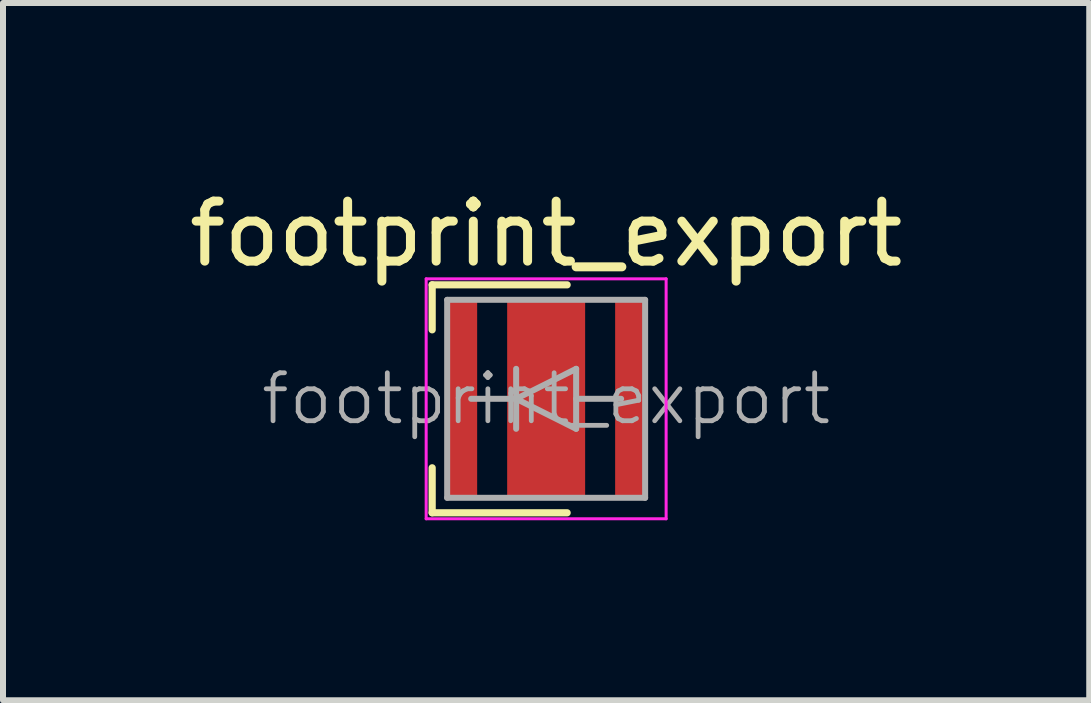
<source format=kicad_pcb>
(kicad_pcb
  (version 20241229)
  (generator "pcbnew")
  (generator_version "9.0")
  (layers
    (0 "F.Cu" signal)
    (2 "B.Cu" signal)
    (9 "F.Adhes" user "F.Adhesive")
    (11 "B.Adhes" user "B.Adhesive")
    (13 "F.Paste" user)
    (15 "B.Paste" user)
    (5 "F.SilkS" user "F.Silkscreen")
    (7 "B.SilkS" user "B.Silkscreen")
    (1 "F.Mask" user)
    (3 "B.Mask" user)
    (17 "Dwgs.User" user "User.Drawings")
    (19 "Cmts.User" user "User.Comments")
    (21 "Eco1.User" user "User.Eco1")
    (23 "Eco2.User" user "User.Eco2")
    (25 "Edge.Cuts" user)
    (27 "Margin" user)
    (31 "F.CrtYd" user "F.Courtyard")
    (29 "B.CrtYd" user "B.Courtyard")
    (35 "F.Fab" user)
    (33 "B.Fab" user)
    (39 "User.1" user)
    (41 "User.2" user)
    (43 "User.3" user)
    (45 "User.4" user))
  (footprint "footprint_export"
    (layer "F.Cu")
    (at 6.054 3.598)
    (property "Reference" "footprint_export" (at 0 -2.75 0) (layer "F.SilkS") (effects (font (size 1 1) (thickness 0.15))))
    (attr smd)
    (fp_line (start -1.9 -1.9) (end -1.9 -1.15) (stroke (width 0.12) (type solid)) (layer "F.SilkS"))
    (fp_line (start -1.9 1.9) (end -1.9 1.15) (stroke (width 0.12) (type solid)) (layer "F.SilkS"))
    (fp_line (start 0.35 -1.9) (end -1.9 -1.9) (stroke (width 0.12) (type solid)) (layer "F.SilkS"))
    (fp_line (start 0.35 1.9) (end -1.9 1.9) (stroke (width 0.12) (type solid)) (layer "F.SilkS"))
    (fp_line (start -2 -2) (end 2 -2) (stroke (width 0.05) (type solid)) (layer "F.CrtYd"))
    (fp_line (start -2 2) (end -2 -2) (stroke (width 0.05) (type solid)) (layer "F.CrtYd"))
    (fp_line (start 2 -2) (end 2 2) (stroke (width 0.05) (type solid)) (layer "F.CrtYd"))
    (fp_line (start 2 2) (end -2 2) (stroke (width 0.05) (type solid)) (layer "F.CrtYd"))
    (fp_line (start -1.65 -1.65) (end 1.65 -1.65) (stroke (width 0.1) (type solid)) (layer "F.Fab"))
    (fp_line (start -1.65 1.65) (end -1.65 -1.65) (stroke (width 0.1) (type solid)) (layer "F.Fab"))
    (fp_line (start -1.25 0) (end -0.5 0) (stroke (width 0.1) (type solid)) (layer "F.Fab"))
    (fp_line (start -0.5 -0.5) (end -0.5 0.5) (stroke (width 0.1) (type solid)) (layer "F.Fab"))
    (fp_line (start -0.5 0) (end 0.5 -0.5) (stroke (width 0.1) (type solid)) (layer "F.Fab"))
    (fp_line (start 0.5 -0.5) (end 0.5 0.5) (stroke (width 0.1) (type solid)) (layer "F.Fab"))
    (fp_line (start 0.5 0.5) (end -0.5 0) (stroke (width 0.1) (type solid)) (layer "F.Fab"))
    (fp_line (start 1.25 0) (end 0.5 0) (stroke (width 0.1) (type solid)) (layer "F.Fab"))
    (fp_line (start 1.65 -1.65) (end 1.65 1.65) (stroke (width 0.1) (type solid)) (layer "F.Fab"))
    (fp_line (start 1.65 1.65) (end -1.65 1.65) (stroke (width 0.1) (type solid)) (layer "F.Fab"))
    (fp_text user "${REFERENCE}" (at 0 0 0) (layer "F.Fab") (effects (font (size 0.8 0.8) (thickness 0.08))))
    (pad "" smd rect (at 0 -1) (size 1.01 0.75) (layers "F.Paste"))
    (pad "" smd rect (at 0 0) (size 1.01 0.75) (layers "F.Paste"))
    (pad "" smd rect (at 0 1) (size 1.01 0.75) (layers "F.Paste"))
    (pad "1" smd rect (at -1.4 0) (size 0.5 3.3) (layers "F.Cu" "F.Mask" "F.Paste"))
    (pad "2" smd rect (at 1.4 0) (size 0.5 3.3) (layers "F.Cu" "F.Mask" "F.Paste"))
    (pad "3" smd rect (at 0 0) (size 1.3 3.3) (layers "F.Cu" "F.Mask")))
  (gr_rect
    (start -3 -3)
    (end 15.107 8.623)
    (stroke (width 0.1) (type default))
    (fill no)
    (layer "Edge.Cuts")))
</source>
